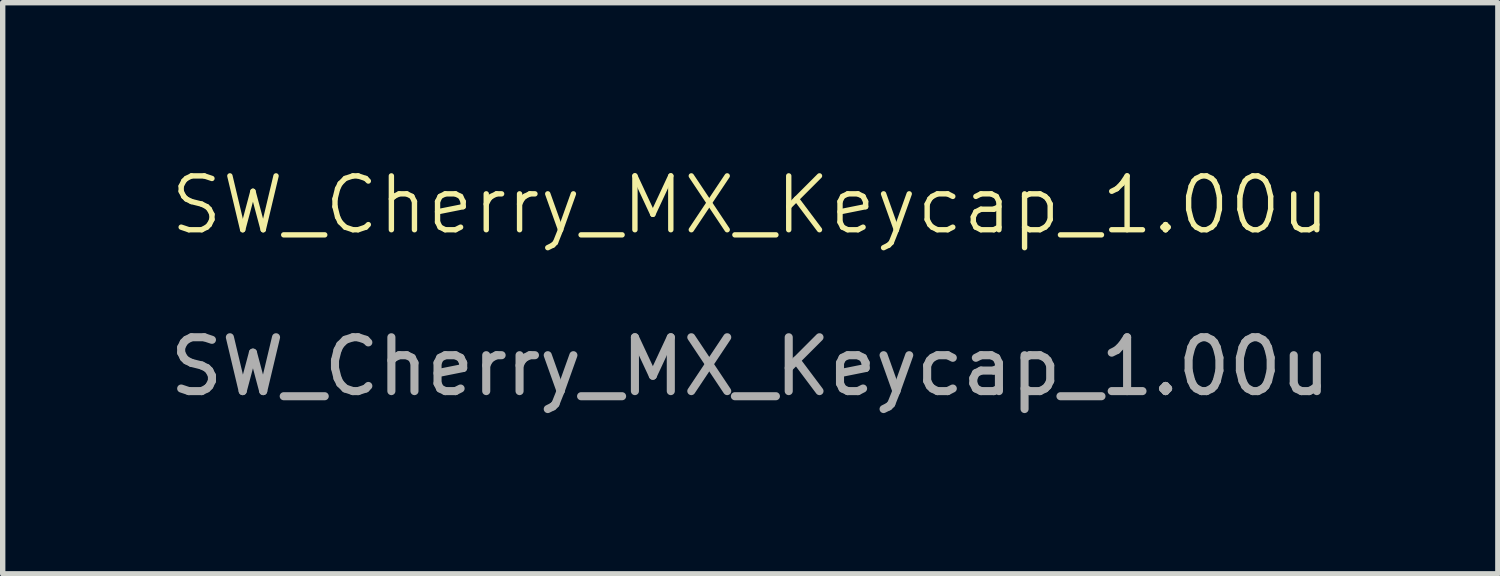
<source format=kicad_pcb>
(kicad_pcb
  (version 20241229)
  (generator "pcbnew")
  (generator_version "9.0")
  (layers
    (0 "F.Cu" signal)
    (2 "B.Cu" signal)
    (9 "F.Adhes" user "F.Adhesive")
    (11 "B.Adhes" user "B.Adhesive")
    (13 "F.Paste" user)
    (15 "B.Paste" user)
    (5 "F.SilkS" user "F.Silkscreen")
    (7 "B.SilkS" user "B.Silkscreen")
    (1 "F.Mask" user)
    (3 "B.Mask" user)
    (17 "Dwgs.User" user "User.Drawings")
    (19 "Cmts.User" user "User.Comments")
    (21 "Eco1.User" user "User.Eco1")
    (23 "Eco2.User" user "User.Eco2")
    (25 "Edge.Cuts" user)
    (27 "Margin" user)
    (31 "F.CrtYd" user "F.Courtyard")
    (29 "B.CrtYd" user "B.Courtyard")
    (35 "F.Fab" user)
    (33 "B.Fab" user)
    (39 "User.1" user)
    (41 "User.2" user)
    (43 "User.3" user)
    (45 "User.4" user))
  (footprint "SW_Cherry_MX_Keycap_1.00u"
    (layer "F.Cu")
    (at 10.887 1.26)
    (property "Reference" "SW_Cherry_MX_Keycap_1.00u" (at 0 -0.5 0) (unlocked yes) (layer "F.SilkS") (effects (font (size 1 1) (thickness 0.1))))
    (fp_text user "${REFERENCE}" (at 0 2.5 0) (unlocked yes) (layer "F.Fab") (effects (font (size 1 1) (thickness 0.15)))))
  (gr_rect
    (start -3 -3)
    (end 24.774 7.609)
    (stroke (width 0.1) (type default))
    (fill no)
    (layer "Edge.Cuts")))
</source>
